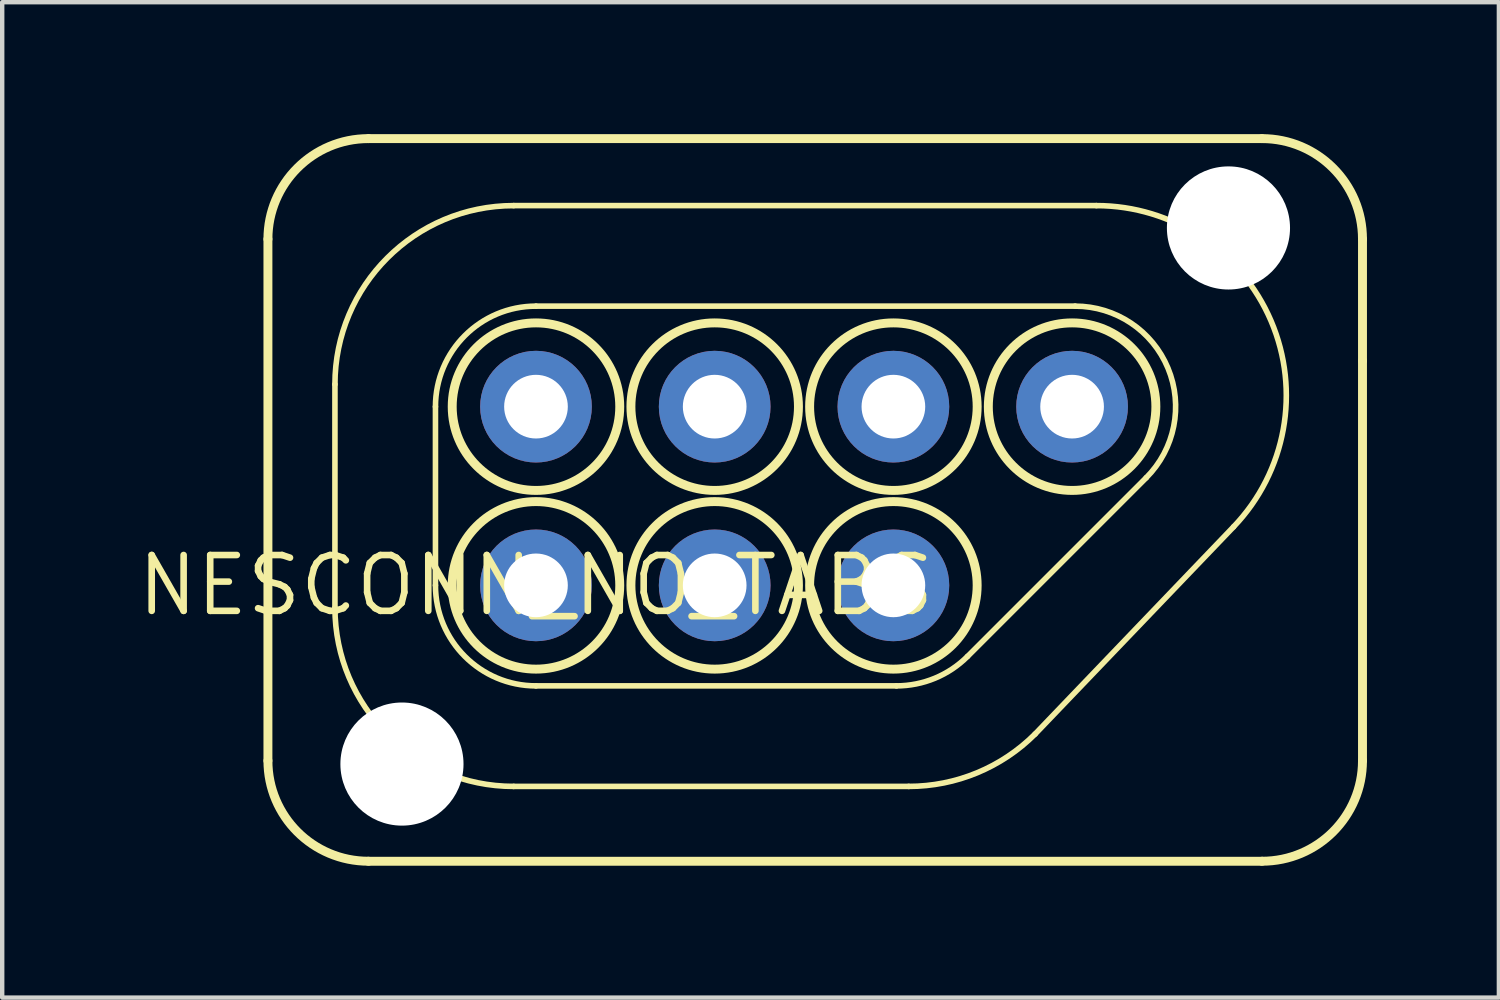
<source format=kicad_pcb>
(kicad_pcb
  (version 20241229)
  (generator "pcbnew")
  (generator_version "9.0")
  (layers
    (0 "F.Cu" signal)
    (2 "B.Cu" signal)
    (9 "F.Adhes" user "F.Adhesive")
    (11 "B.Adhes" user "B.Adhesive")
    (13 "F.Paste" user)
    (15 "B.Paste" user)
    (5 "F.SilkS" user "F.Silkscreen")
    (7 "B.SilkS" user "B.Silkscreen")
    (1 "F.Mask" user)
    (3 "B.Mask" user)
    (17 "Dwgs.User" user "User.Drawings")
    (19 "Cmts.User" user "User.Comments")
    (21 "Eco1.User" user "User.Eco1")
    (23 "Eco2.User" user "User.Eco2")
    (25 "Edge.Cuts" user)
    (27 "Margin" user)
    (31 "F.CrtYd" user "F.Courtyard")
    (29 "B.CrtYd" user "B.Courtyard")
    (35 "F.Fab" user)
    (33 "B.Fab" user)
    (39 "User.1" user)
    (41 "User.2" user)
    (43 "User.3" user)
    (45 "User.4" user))
  (footprint "NESCONN_NO_TABS"
    (layer "F.Cu")
    (at 9.139 10.262)
    (property "Reference" "NESCONN_NO_TABS" (at 0 0 0) (unlocked yes) (layer "F.SilkS") (effects (font (size 1.27 1.27) (thickness 0.15))))
    (fp_line (start -6.096 3.988) (end -6.096 -7.874) (stroke (width 0.203) (type solid)) (layer "F.SilkS"))
    (fp_line (start -4.572 0.508) (end -4.572 -4.572) (stroke (width 0.127) (type solid)) (layer "F.SilkS"))
    (fp_line (start -3.81 -10.16) (end 16.51 -10.16) (stroke (width 0.203) (type solid)) (layer "F.SilkS"))
    (fp_line (start -2.286 -4.064) (end -2.286 0) (stroke (width 0.127) (type solid)) (layer "F.SilkS"))
    (fp_line (start -0.508 -8.636) (end 12.746 -8.636) (stroke (width 0.127) (type solid)) (layer "F.SilkS"))
    (fp_line (start 0 -6.35) (end 12.261 -6.35) (stroke (width 0.127) (type solid)) (layer "F.SilkS"))
    (fp_line (start 0 2.286) (end 8.197 2.286) (stroke (width 0.127) (type solid)) (layer "F.SilkS"))
    (fp_line (start 8.477 4.572) (end -0.508 4.572) (stroke (width 0.127) (type solid)) (layer "F.SilkS"))
    (fp_line (start 13.878 -2.448) (end 9.814 1.616) (stroke (width 0.127) (type solid)) (layer "F.SilkS"))
    (fp_line (start 15.864 -1.331) (end 11.35 3.382) (stroke (width 0.127) (type solid)) (layer "F.SilkS"))
    (fp_line (start 16.51 6.274) (end -3.81 6.274) (stroke (width 0.203) (type solid)) (layer "F.SilkS"))
    (fp_line (start 18.796 -7.874) (end 18.796 -5.105) (stroke (width 0.203) (type solid)) (layer "F.SilkS"))
    (fp_line (start 18.796 -5.105) (end 18.796 3.988) (stroke (width 0.203) (type solid)) (layer "F.SilkS"))
    (fp_arc (start -6.096 -7.874) (mid -5.426446 -9.490446) (end -3.81 -10.16) (stroke (width 0.2032) (type solid)) (layer "F.SilkS"))
    (fp_arc (start -4.572 -4.572) (mid -3.381682 -7.445683) (end -0.507999 -8.636001) (stroke (width 0.127) (type solid)) (layer "F.SilkS"))
    (fp_arc (start -3.81 6.2738) (mid -5.426446 5.604246) (end -6.096 3.9878) (stroke (width 0.2032) (type solid)) (layer "F.SilkS"))
    (fp_arc (start -2.286 -4.064) (mid -1.616446 -5.680446) (end 0 -6.35) (stroke (width 0.127) (type solid)) (layer "F.SilkS"))
    (fp_arc (start -0.508 4.572) (mid -3.381682 3.381681) (end -4.572 0.507998) (stroke (width 0.127) (type solid)) (layer "F.SilkS"))
    (fp_arc (start 0 2.286) (mid -1.616446 1.616446) (end -2.286 0) (stroke (width 0.127) (type solid)) (layer "F.SilkS"))
    (fp_arc (start 9.813553 1.616446) (mid 9.071921 2.111989) (end 8.197106 2.286) (stroke (width 0.127) (type solid)) (layer "F.SilkS"))
    (fp_arc (start 11.350318 3.381681) (mid 10.031862 4.262646) (end 8.476637 4.572) (stroke (width 0.127) (type solid)) (layer "F.SilkS"))
    (fp_arc (start 12.261106 -6.35) (mid 14.373096 -4.938814) (end 13.877553 -2.447552) (stroke (width 0.127) (type solid)) (layer "F.SilkS"))
    (fp_arc (start 12.745625 -8.636) (mid 16.716867 -6.013392) (end 15.864111 -1.331336) (stroke (width 0.127) (type solid)) (layer "F.SilkS"))
    (fp_arc (start 16.51 -10.16) (mid 18.126446 -9.490446) (end 18.796 -7.874) (stroke (width 0.2032) (type solid)) (layer "F.SilkS"))
    (fp_arc (start 18.796 3.9878) (mid 18.126446 5.604246) (end 16.51 6.2738) (stroke (width 0.2032) (type solid)) (layer "F.SilkS"))
    (fp_circle (center 0 -4.064) (end 1.905 -4.064) (stroke (width 0.203) (type solid)) (fill no) (layer "F.SilkS"))
    (fp_circle (center 0 0) (end 1.905 0) (stroke (width 0.203) (type solid)) (fill no) (layer "F.SilkS"))
    (fp_circle (center 4.064 -4.064) (end 5.969 -4.064) (stroke (width 0.203) (type solid)) (fill no) (layer "F.SilkS"))
    (fp_circle (center 4.064 0) (end 5.969 0) (stroke (width 0.203) (type solid)) (fill no) (layer "F.SilkS"))
    (fp_circle (center 8.128 -4.064) (end 10.033 -4.064) (stroke (width 0.203) (type solid)) (fill no) (layer "F.SilkS"))
    (fp_circle (center 8.128 0) (end 10.033 0) (stroke (width 0.203) (type solid)) (fill no) (layer "F.SilkS"))
    (fp_circle (center 12.192 -4.064) (end 14.097 -4.064) (stroke (width 0.203) (type solid)) (fill no) (layer "F.SilkS"))
    (pad "" np_thru_hole circle (at -3.048 4.064) (size 2.8 2.8) (drill 2.8) (layers "*.Cu" "*.Mask"))
    (pad "" np_thru_hole circle (at 15.748 -8.128) (size 2.8 2.8) (drill 2.8) (layers "*.Cu" "*.Mask"))
    (pad "5V" thru_hole circle (at 8.128 0) (size 2.54 2.54) (drill 1.448) (layers "*.Cu" "*.Mask"))
    (pad "CLOCK" thru_hole circle (at 8.128 -4.064) (size 2.54 2.54) (drill 1.448) (layers "*.Cu" "*.Mask"))
    (pad "DATA" thru_hole circle (at 0 -4.064) (size 2.54 2.54) (drill 1.448) (layers "*.Cu" "*.Mask"))
    (pad "GND" thru_hole circle (at 12.192 -4.064) (size 2.54 2.54) (drill 1.448) (layers "*.Cu" "*.Mask"))
    (pad "LATCH" thru_hole circle (at 4.064 -4.064) (size 2.54 2.54) (drill 1.448) (layers "*.Cu" "*.Mask"))
    (pad "NC" thru_hole circle (at 0 0) (size 2.54 2.54) (drill 1.448) (layers "*.Cu" "*.Mask"))
    (pad "NC." thru_hole circle (at 4.064 0) (size 2.54 2.54) (drill 1.448) (layers "*.Cu" "*.Mask")))
  (gr_rect
    (start -3 -3)
    (end 31.037 19.637)
    (stroke (width 0.1) (type default))
    (fill no)
    (layer "Edge.Cuts")))
</source>
